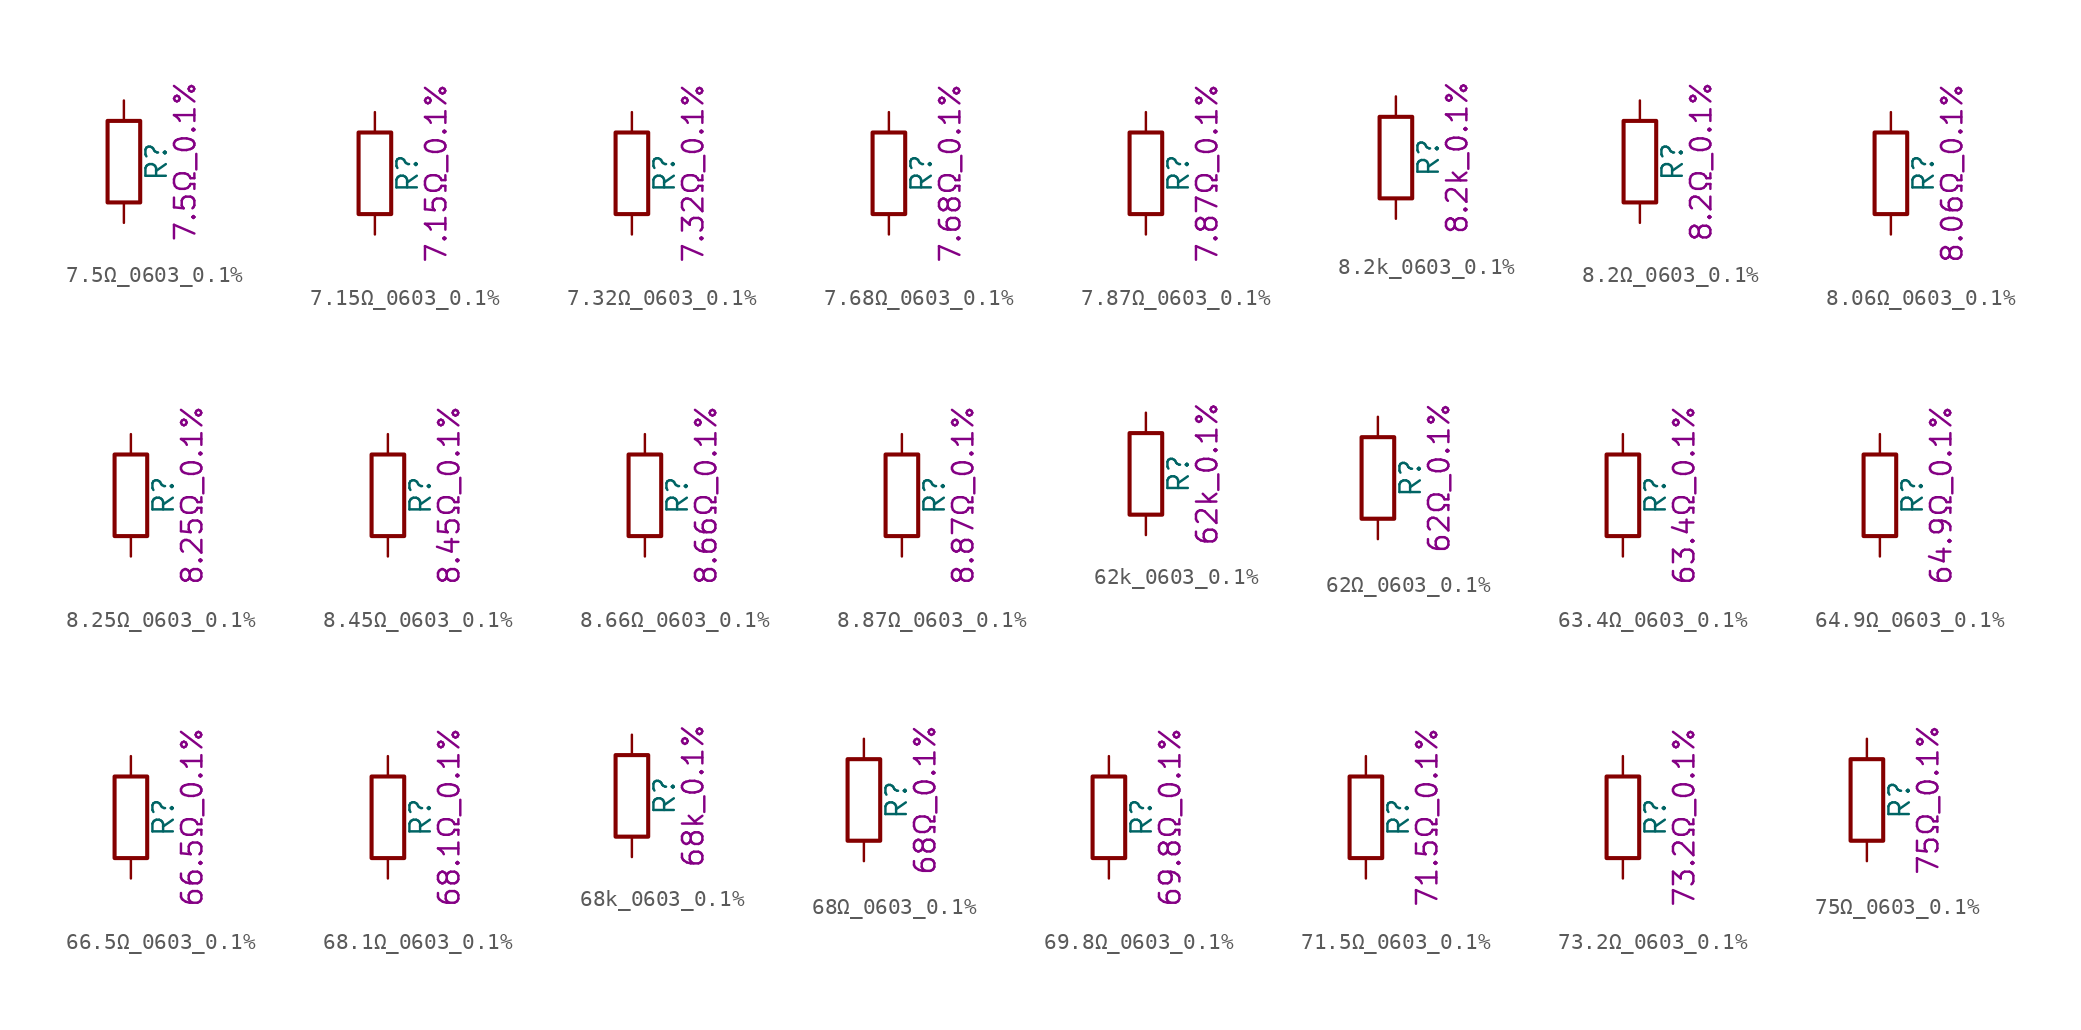
<source format=kicad_sym>
(kicad_symbol_lib
  (version 20211014)
  (generator kicad_symbol_editor)
  (symbol "7.5Ω_0603_0.1%"
    (pin_numbers hide)
    (pin_names
      (offset 0))
    (property "Reference" "R"
      (at 2.032 0 90)
      (effects (font (size 1.27 1.27))))
    (property "Display" "7.5Ω_0.1%"
      (at 3.81 0 90)
      (effects (font (size 1.27 1.27))))
    (symbol "7.5Ω_0603_0.1%_0_1"
      (rectangle (start -1.016 -2.54) (end 1.016 2.54) (stroke (width 0.254) (type default) (color 0 0 0 0)) (fill (type none))))
    (symbol "7.5Ω_0603_0.1%_1_1"
      (pin passive line (at 0 3.81 270) (length 1.27) (name "~" (effects (font (size 1.27 1.27)))) (number "1" (effects (font (size 1.27 1.27)))))
      (pin passive line (at 0 -3.81 90) (length 1.27) (name "~" (effects (font (size 1.27 1.27)))) (number "2" (effects (font (size 1.27 1.27)))))))
  (symbol "7.15Ω_0603_0.1%"
    (pin_numbers hide)
    (pin_names
      (offset 0))
    (property "Reference" "R"
      (at 2.032 0 90)
      (effects (font (size 1.27 1.27))))
    (property "Display" "7.15Ω_0.1%"
      (at 3.81 0 90)
      (effects (font (size 1.27 1.27))))
    (symbol "7.15Ω_0603_0.1%_0_1"
      (rectangle (start -1.016 -2.54) (end 1.016 2.54) (stroke (width 0.254) (type default) (color 0 0 0 0)) (fill (type none))))
    (symbol "7.15Ω_0603_0.1%_1_1"
      (pin passive line (at 0 3.81 270) (length 1.27) (name "~" (effects (font (size 1.27 1.27)))) (number "1" (effects (font (size 1.27 1.27)))))
      (pin passive line (at 0 -3.81 90) (length 1.27) (name "~" (effects (font (size 1.27 1.27)))) (number "2" (effects (font (size 1.27 1.27)))))))
  (symbol "7.32Ω_0603_0.1%"
    (pin_numbers hide)
    (pin_names
      (offset 0))
    (property "Reference" "R"
      (at 2.032 0 90)
      (effects (font (size 1.27 1.27))))
    (property "Display" "7.32Ω_0.1%"
      (at 3.81 0 90)
      (effects (font (size 1.27 1.27))))
    (symbol "7.32Ω_0603_0.1%_0_1"
      (rectangle (start -1.016 -2.54) (end 1.016 2.54) (stroke (width 0.254) (type default) (color 0 0 0 0)) (fill (type none))))
    (symbol "7.32Ω_0603_0.1%_1_1"
      (pin passive line (at 0 3.81 270) (length 1.27) (name "~" (effects (font (size 1.27 1.27)))) (number "1" (effects (font (size 1.27 1.27)))))
      (pin passive line (at 0 -3.81 90) (length 1.27) (name "~" (effects (font (size 1.27 1.27)))) (number "2" (effects (font (size 1.27 1.27)))))))
  (symbol "7.68Ω_0603_0.1%"
    (pin_numbers hide)
    (pin_names
      (offset 0))
    (property "Reference" "R"
      (at 2.032 0 90)
      (effects (font (size 1.27 1.27))))
    (property "Display" "7.68Ω_0.1%"
      (at 3.81 0 90)
      (effects (font (size 1.27 1.27))))
    (symbol "7.68Ω_0603_0.1%_0_1"
      (rectangle (start -1.016 -2.54) (end 1.016 2.54) (stroke (width 0.254) (type default) (color 0 0 0 0)) (fill (type none))))
    (symbol "7.68Ω_0603_0.1%_1_1"
      (pin passive line (at 0 3.81 270) (length 1.27) (name "~" (effects (font (size 1.27 1.27)))) (number "1" (effects (font (size 1.27 1.27)))))
      (pin passive line (at 0 -3.81 90) (length 1.27) (name "~" (effects (font (size 1.27 1.27)))) (number "2" (effects (font (size 1.27 1.27)))))))
  (symbol "7.87Ω_0603_0.1%"
    (pin_numbers hide)
    (pin_names
      (offset 0))
    (property "Reference" "R"
      (at 2.032 0 90)
      (effects (font (size 1.27 1.27))))
    (property "Display" "7.87Ω_0.1%"
      (at 3.81 0 90)
      (effects (font (size 1.27 1.27))))
    (symbol "7.87Ω_0603_0.1%_0_1"
      (rectangle (start -1.016 -2.54) (end 1.016 2.54) (stroke (width 0.254) (type default) (color 0 0 0 0)) (fill (type none))))
    (symbol "7.87Ω_0603_0.1%_1_1"
      (pin passive line (at 0 3.81 270) (length 1.27) (name "~" (effects (font (size 1.27 1.27)))) (number "1" (effects (font (size 1.27 1.27)))))
      (pin passive line (at 0 -3.81 90) (length 1.27) (name "~" (effects (font (size 1.27 1.27)))) (number "2" (effects (font (size 1.27 1.27)))))))
  (symbol "8.2k_0603_0.1%"
    (pin_numbers hide)
    (pin_names
      (offset 0))
    (property "Reference" "R"
      (at 2.032 0 90)
      (effects (font (size 1.27 1.27))))
    (property "Display" "8.2k_0.1%"
      (at 3.81 0 90)
      (effects (font (size 1.27 1.27))))
    (symbol "8.2k_0603_0.1%_0_1"
      (rectangle (start -1.016 -2.54) (end 1.016 2.54) (stroke (width 0.254) (type default) (color 0 0 0 0)) (fill (type none))))
    (symbol "8.2k_0603_0.1%_1_1"
      (pin passive line (at 0 3.81 270) (length 1.27) (name "~" (effects (font (size 1.27 1.27)))) (number "1" (effects (font (size 1.27 1.27)))))
      (pin passive line (at 0 -3.81 90) (length 1.27) (name "~" (effects (font (size 1.27 1.27)))) (number "2" (effects (font (size 1.27 1.27)))))))
  (symbol "8.2Ω_0603_0.1%"
    (pin_numbers hide)
    (pin_names
      (offset 0))
    (property "Reference" "R"
      (at 2.032 0 90)
      (effects (font (size 1.27 1.27))))
    (property "Display" "8.2Ω_0.1%"
      (at 3.81 0 90)
      (effects (font (size 1.27 1.27))))
    (symbol "8.2Ω_0603_0.1%_0_1"
      (rectangle (start -1.016 -2.54) (end 1.016 2.54) (stroke (width 0.254) (type default) (color 0 0 0 0)) (fill (type none))))
    (symbol "8.2Ω_0603_0.1%_1_1"
      (pin passive line (at 0 3.81 270) (length 1.27) (name "~" (effects (font (size 1.27 1.27)))) (number "1" (effects (font (size 1.27 1.27)))))
      (pin passive line (at 0 -3.81 90) (length 1.27) (name "~" (effects (font (size 1.27 1.27)))) (number "2" (effects (font (size 1.27 1.27)))))))
  (symbol "8.06Ω_0603_0.1%"
    (pin_numbers hide)
    (pin_names
      (offset 0))
    (property "Reference" "R"
      (at 2.032 0 90)
      (effects (font (size 1.27 1.27))))
    (property "Display" "8.06Ω_0.1%"
      (at 3.81 0 90)
      (effects (font (size 1.27 1.27))))
    (symbol "8.06Ω_0603_0.1%_0_1"
      (rectangle (start -1.016 -2.54) (end 1.016 2.54) (stroke (width 0.254) (type default) (color 0 0 0 0)) (fill (type none))))
    (symbol "8.06Ω_0603_0.1%_1_1"
      (pin passive line (at 0 3.81 270) (length 1.27) (name "~" (effects (font (size 1.27 1.27)))) (number "1" (effects (font (size 1.27 1.27)))))
      (pin passive line (at 0 -3.81 90) (length 1.27) (name "~" (effects (font (size 1.27 1.27)))) (number "2" (effects (font (size 1.27 1.27)))))))
  (symbol "8.25Ω_0603_0.1%"
    (pin_numbers hide)
    (pin_names
      (offset 0))
    (property "Reference" "R"
      (at 2.032 0 90)
      (effects (font (size 1.27 1.27))))
    (property "Display" "8.25Ω_0.1%"
      (at 3.81 0 90)
      (effects (font (size 1.27 1.27))))
    (symbol "8.25Ω_0603_0.1%_0_1"
      (rectangle (start -1.016 -2.54) (end 1.016 2.54) (stroke (width 0.254) (type default) (color 0 0 0 0)) (fill (type none))))
    (symbol "8.25Ω_0603_0.1%_1_1"
      (pin passive line (at 0 3.81 270) (length 1.27) (name "~" (effects (font (size 1.27 1.27)))) (number "1" (effects (font (size 1.27 1.27)))))
      (pin passive line (at 0 -3.81 90) (length 1.27) (name "~" (effects (font (size 1.27 1.27)))) (number "2" (effects (font (size 1.27 1.27)))))))
  (symbol "8.45Ω_0603_0.1%"
    (pin_numbers hide)
    (pin_names
      (offset 0))
    (property "Reference" "R"
      (at 2.032 0 90)
      (effects (font (size 1.27 1.27))))
    (property "Display" "8.45Ω_0.1%"
      (at 3.81 0 90)
      (effects (font (size 1.27 1.27))))
    (symbol "8.45Ω_0603_0.1%_0_1"
      (rectangle (start -1.016 -2.54) (end 1.016 2.54) (stroke (width 0.254) (type default) (color 0 0 0 0)) (fill (type none))))
    (symbol "8.45Ω_0603_0.1%_1_1"
      (pin passive line (at 0 3.81 270) (length 1.27) (name "~" (effects (font (size 1.27 1.27)))) (number "1" (effects (font (size 1.27 1.27)))))
      (pin passive line (at 0 -3.81 90) (length 1.27) (name "~" (effects (font (size 1.27 1.27)))) (number "2" (effects (font (size 1.27 1.27)))))))
  (symbol "8.66Ω_0603_0.1%"
    (pin_numbers hide)
    (pin_names
      (offset 0))
    (property "Reference" "R"
      (at 2.032 0 90)
      (effects (font (size 1.27 1.27))))
    (property "Display" "8.66Ω_0.1%"
      (at 3.81 0 90)
      (effects (font (size 1.27 1.27))))
    (symbol "8.66Ω_0603_0.1%_0_1"
      (rectangle (start -1.016 -2.54) (end 1.016 2.54) (stroke (width 0.254) (type default) (color 0 0 0 0)) (fill (type none))))
    (symbol "8.66Ω_0603_0.1%_1_1"
      (pin passive line (at 0 3.81 270) (length 1.27) (name "~" (effects (font (size 1.27 1.27)))) (number "1" (effects (font (size 1.27 1.27)))))
      (pin passive line (at 0 -3.81 90) (length 1.27) (name "~" (effects (font (size 1.27 1.27)))) (number "2" (effects (font (size 1.27 1.27)))))))
  (symbol "8.87Ω_0603_0.1%"
    (pin_numbers hide)
    (pin_names
      (offset 0))
    (property "Reference" "R"
      (at 2.032 0 90)
      (effects (font (size 1.27 1.27))))
    (property "Display" "8.87Ω_0.1%"
      (at 3.81 0 90)
      (effects (font (size 1.27 1.27))))
    (symbol "8.87Ω_0603_0.1%_0_1"
      (rectangle (start -1.016 -2.54) (end 1.016 2.54) (stroke (width 0.254) (type default) (color 0 0 0 0)) (fill (type none))))
    (symbol "8.87Ω_0603_0.1%_1_1"
      (pin passive line (at 0 3.81 270) (length 1.27) (name "~" (effects (font (size 1.27 1.27)))) (number "1" (effects (font (size 1.27 1.27)))))
      (pin passive line (at 0 -3.81 90) (length 1.27) (name "~" (effects (font (size 1.27 1.27)))) (number "2" (effects (font (size 1.27 1.27)))))))
  (symbol "62k_0603_0.1%"
    (pin_numbers hide)
    (pin_names
      (offset 0))
    (property "Reference" "R"
      (at 2.032 0 90)
      (effects (font (size 1.27 1.27))))
    (property "Display" "62k_0.1%"
      (at 3.81 0 90)
      (effects (font (size 1.27 1.27))))
    (symbol "62k_0603_0.1%_0_1"
      (rectangle (start -1.016 -2.54) (end 1.016 2.54) (stroke (width 0.254) (type default) (color 0 0 0 0)) (fill (type none))))
    (symbol "62k_0603_0.1%_1_1"
      (pin passive line (at 0 3.81 270) (length 1.27) (name "~" (effects (font (size 1.27 1.27)))) (number "1" (effects (font (size 1.27 1.27)))))
      (pin passive line (at 0 -3.81 90) (length 1.27) (name "~" (effects (font (size 1.27 1.27)))) (number "2" (effects (font (size 1.27 1.27)))))))
  (symbol "62Ω_0603_0.1%"
    (pin_numbers hide)
    (pin_names
      (offset 0))
    (property "Reference" "R"
      (at 2.032 0 90)
      (effects (font (size 1.27 1.27))))
    (property "Display" "62Ω_0.1%"
      (at 3.81 0 90)
      (effects (font (size 1.27 1.27))))
    (symbol "62Ω_0603_0.1%_0_1"
      (rectangle (start -1.016 -2.54) (end 1.016 2.54) (stroke (width 0.254) (type default) (color 0 0 0 0)) (fill (type none))))
    (symbol "62Ω_0603_0.1%_1_1"
      (pin passive line (at 0 3.81 270) (length 1.27) (name "~" (effects (font (size 1.27 1.27)))) (number "1" (effects (font (size 1.27 1.27)))))
      (pin passive line (at 0 -3.81 90) (length 1.27) (name "~" (effects (font (size 1.27 1.27)))) (number "2" (effects (font (size 1.27 1.27)))))))
  (symbol "63.4Ω_0603_0.1%"
    (pin_numbers hide)
    (pin_names
      (offset 0))
    (property "Reference" "R"
      (at 2.032 0 90)
      (effects (font (size 1.27 1.27))))
    (property "Display" "63.4Ω_0.1%"
      (at 3.81 0 90)
      (effects (font (size 1.27 1.27))))
    (symbol "63.4Ω_0603_0.1%_0_1"
      (rectangle (start -1.016 -2.54) (end 1.016 2.54) (stroke (width 0.254) (type default) (color 0 0 0 0)) (fill (type none))))
    (symbol "63.4Ω_0603_0.1%_1_1"
      (pin passive line (at 0 3.81 270) (length 1.27) (name "~" (effects (font (size 1.27 1.27)))) (number "1" (effects (font (size 1.27 1.27)))))
      (pin passive line (at 0 -3.81 90) (length 1.27) (name "~" (effects (font (size 1.27 1.27)))) (number "2" (effects (font (size 1.27 1.27)))))))
  (symbol "64.9Ω_0603_0.1%"
    (pin_numbers hide)
    (pin_names
      (offset 0))
    (property "Reference" "R"
      (at 2.032 0 90)
      (effects (font (size 1.27 1.27))))
    (property "Display" "64.9Ω_0.1%"
      (at 3.81 0 90)
      (effects (font (size 1.27 1.27))))
    (symbol "64.9Ω_0603_0.1%_0_1"
      (rectangle (start -1.016 -2.54) (end 1.016 2.54) (stroke (width 0.254) (type default) (color 0 0 0 0)) (fill (type none))))
    (symbol "64.9Ω_0603_0.1%_1_1"
      (pin passive line (at 0 3.81 270) (length 1.27) (name "~" (effects (font (size 1.27 1.27)))) (number "1" (effects (font (size 1.27 1.27)))))
      (pin passive line (at 0 -3.81 90) (length 1.27) (name "~" (effects (font (size 1.27 1.27)))) (number "2" (effects (font (size 1.27 1.27)))))))
  (symbol "66.5Ω_0603_0.1%"
    (pin_numbers hide)
    (pin_names
      (offset 0))
    (property "Reference" "R"
      (at 2.032 0 90)
      (effects (font (size 1.27 1.27))))
    (property "Display" "66.5Ω_0.1%"
      (at 3.81 0 90)
      (effects (font (size 1.27 1.27))))
    (symbol "66.5Ω_0603_0.1%_0_1"
      (rectangle (start -1.016 -2.54) (end 1.016 2.54) (stroke (width 0.254) (type default) (color 0 0 0 0)) (fill (type none))))
    (symbol "66.5Ω_0603_0.1%_1_1"
      (pin passive line (at 0 3.81 270) (length 1.27) (name "~" (effects (font (size 1.27 1.27)))) (number "1" (effects (font (size 1.27 1.27)))))
      (pin passive line (at 0 -3.81 90) (length 1.27) (name "~" (effects (font (size 1.27 1.27)))) (number "2" (effects (font (size 1.27 1.27)))))))
  (symbol "68.1Ω_0603_0.1%"
    (pin_numbers hide)
    (pin_names
      (offset 0))
    (property "Reference" "R"
      (at 2.032 0 90)
      (effects (font (size 1.27 1.27))))
    (property "Display" "68.1Ω_0.1%"
      (at 3.81 0 90)
      (effects (font (size 1.27 1.27))))
    (symbol "68.1Ω_0603_0.1%_0_1"
      (rectangle (start -1.016 -2.54) (end 1.016 2.54) (stroke (width 0.254) (type default) (color 0 0 0 0)) (fill (type none))))
    (symbol "68.1Ω_0603_0.1%_1_1"
      (pin passive line (at 0 3.81 270) (length 1.27) (name "~" (effects (font (size 1.27 1.27)))) (number "1" (effects (font (size 1.27 1.27)))))
      (pin passive line (at 0 -3.81 90) (length 1.27) (name "~" (effects (font (size 1.27 1.27)))) (number "2" (effects (font (size 1.27 1.27)))))))
  (symbol "68k_0603_0.1%"
    (pin_numbers hide)
    (pin_names
      (offset 0))
    (property "Reference" "R"
      (at 2.032 0 90)
      (effects (font (size 1.27 1.27))))
    (property "Display" "68k_0.1%"
      (at 3.81 0 90)
      (effects (font (size 1.27 1.27))))
    (symbol "68k_0603_0.1%_0_1"
      (rectangle (start -1.016 -2.54) (end 1.016 2.54) (stroke (width 0.254) (type default) (color 0 0 0 0)) (fill (type none))))
    (symbol "68k_0603_0.1%_1_1"
      (pin passive line (at 0 3.81 270) (length 1.27) (name "~" (effects (font (size 1.27 1.27)))) (number "1" (effects (font (size 1.27 1.27)))))
      (pin passive line (at 0 -3.81 90) (length 1.27) (name "~" (effects (font (size 1.27 1.27)))) (number "2" (effects (font (size 1.27 1.27)))))))
  (symbol "68Ω_0603_0.1%"
    (pin_numbers hide)
    (pin_names
      (offset 0))
    (property "Reference" "R"
      (at 2.032 0 90)
      (effects (font (size 1.27 1.27))))
    (property "Display" "68Ω_0.1%"
      (at 3.81 0 90)
      (effects (font (size 1.27 1.27))))
    (symbol "68Ω_0603_0.1%_0_1"
      (rectangle (start -1.016 -2.54) (end 1.016 2.54) (stroke (width 0.254) (type default) (color 0 0 0 0)) (fill (type none))))
    (symbol "68Ω_0603_0.1%_1_1"
      (pin passive line (at 0 3.81 270) (length 1.27) (name "~" (effects (font (size 1.27 1.27)))) (number "1" (effects (font (size 1.27 1.27)))))
      (pin passive line (at 0 -3.81 90) (length 1.27) (name "~" (effects (font (size 1.27 1.27)))) (number "2" (effects (font (size 1.27 1.27)))))))
  (symbol "69.8Ω_0603_0.1%"
    (pin_numbers hide)
    (pin_names
      (offset 0))
    (property "Reference" "R"
      (at 2.032 0 90)
      (effects (font (size 1.27 1.27))))
    (property "Display" "69.8Ω_0.1%"
      (at 3.81 0 90)
      (effects (font (size 1.27 1.27))))
    (symbol "69.8Ω_0603_0.1%_0_1"
      (rectangle (start -1.016 -2.54) (end 1.016 2.54) (stroke (width 0.254) (type default) (color 0 0 0 0)) (fill (type none))))
    (symbol "69.8Ω_0603_0.1%_1_1"
      (pin passive line (at 0 3.81 270) (length 1.27) (name "~" (effects (font (size 1.27 1.27)))) (number "1" (effects (font (size 1.27 1.27)))))
      (pin passive line (at 0 -3.81 90) (length 1.27) (name "~" (effects (font (size 1.27 1.27)))) (number "2" (effects (font (size 1.27 1.27)))))))
  (symbol "71.5Ω_0603_0.1%"
    (pin_numbers hide)
    (pin_names
      (offset 0))
    (property "Reference" "R"
      (at 2.032 0 90)
      (effects (font (size 1.27 1.27))))
    (property "Display" "71.5Ω_0.1%"
      (at 3.81 0 90)
      (effects (font (size 1.27 1.27))))
    (symbol "71.5Ω_0603_0.1%_0_1"
      (rectangle (start -1.016 -2.54) (end 1.016 2.54) (stroke (width 0.254) (type default) (color 0 0 0 0)) (fill (type none))))
    (symbol "71.5Ω_0603_0.1%_1_1"
      (pin passive line (at 0 3.81 270) (length 1.27) (name "~" (effects (font (size 1.27 1.27)))) (number "1" (effects (font (size 1.27 1.27)))))
      (pin passive line (at 0 -3.81 90) (length 1.27) (name "~" (effects (font (size 1.27 1.27)))) (number "2" (effects (font (size 1.27 1.27)))))))
  (symbol "73.2Ω_0603_0.1%"
    (pin_numbers hide)
    (pin_names
      (offset 0))
    (property "Reference" "R"
      (at 2.032 0 90)
      (effects (font (size 1.27 1.27))))
    (property "Display" "73.2Ω_0.1%"
      (at 3.81 0 90)
      (effects (font (size 1.27 1.27))))
    (symbol "73.2Ω_0603_0.1%_0_1"
      (rectangle (start -1.016 -2.54) (end 1.016 2.54) (stroke (width 0.254) (type default) (color 0 0 0 0)) (fill (type none))))
    (symbol "73.2Ω_0603_0.1%_1_1"
      (pin passive line (at 0 3.81 270) (length 1.27) (name "~" (effects (font (size 1.27 1.27)))) (number "1" (effects (font (size 1.27 1.27)))))
      (pin passive line (at 0 -3.81 90) (length 1.27) (name "~" (effects (font (size 1.27 1.27)))) (number "2" (effects (font (size 1.27 1.27)))))))
  (symbol "75Ω_0603_0.1%"
    (pin_numbers hide)
    (pin_names
      (offset 0))
    (property "Reference" "R"
      (at 2.032 0 90)
      (effects (font (size 1.27 1.27))))
    (property "Display" "75Ω_0.1%"
      (at 3.81 0 90)
      (effects (font (size 1.27 1.27))))
    (symbol "75Ω_0603_0.1%_0_1"
      (rectangle (start -1.016 -2.54) (end 1.016 2.54) (stroke (width 0.254) (type default) (color 0 0 0 0)) (fill (type none))))
    (symbol "75Ω_0603_0.1%_1_1"
      (pin passive line (at 0 3.81 270) (length 1.27) (name "~" (effects (font (size 1.27 1.27)))) (number "1" (effects (font (size 1.27 1.27)))))
      (pin passive line (at 0 -3.81 90) (length 1.27) (name "~" (effects (font (size 1.27 1.27)))) (number "2" (effects (font (size 1.27 1.27))))))))
</source>
